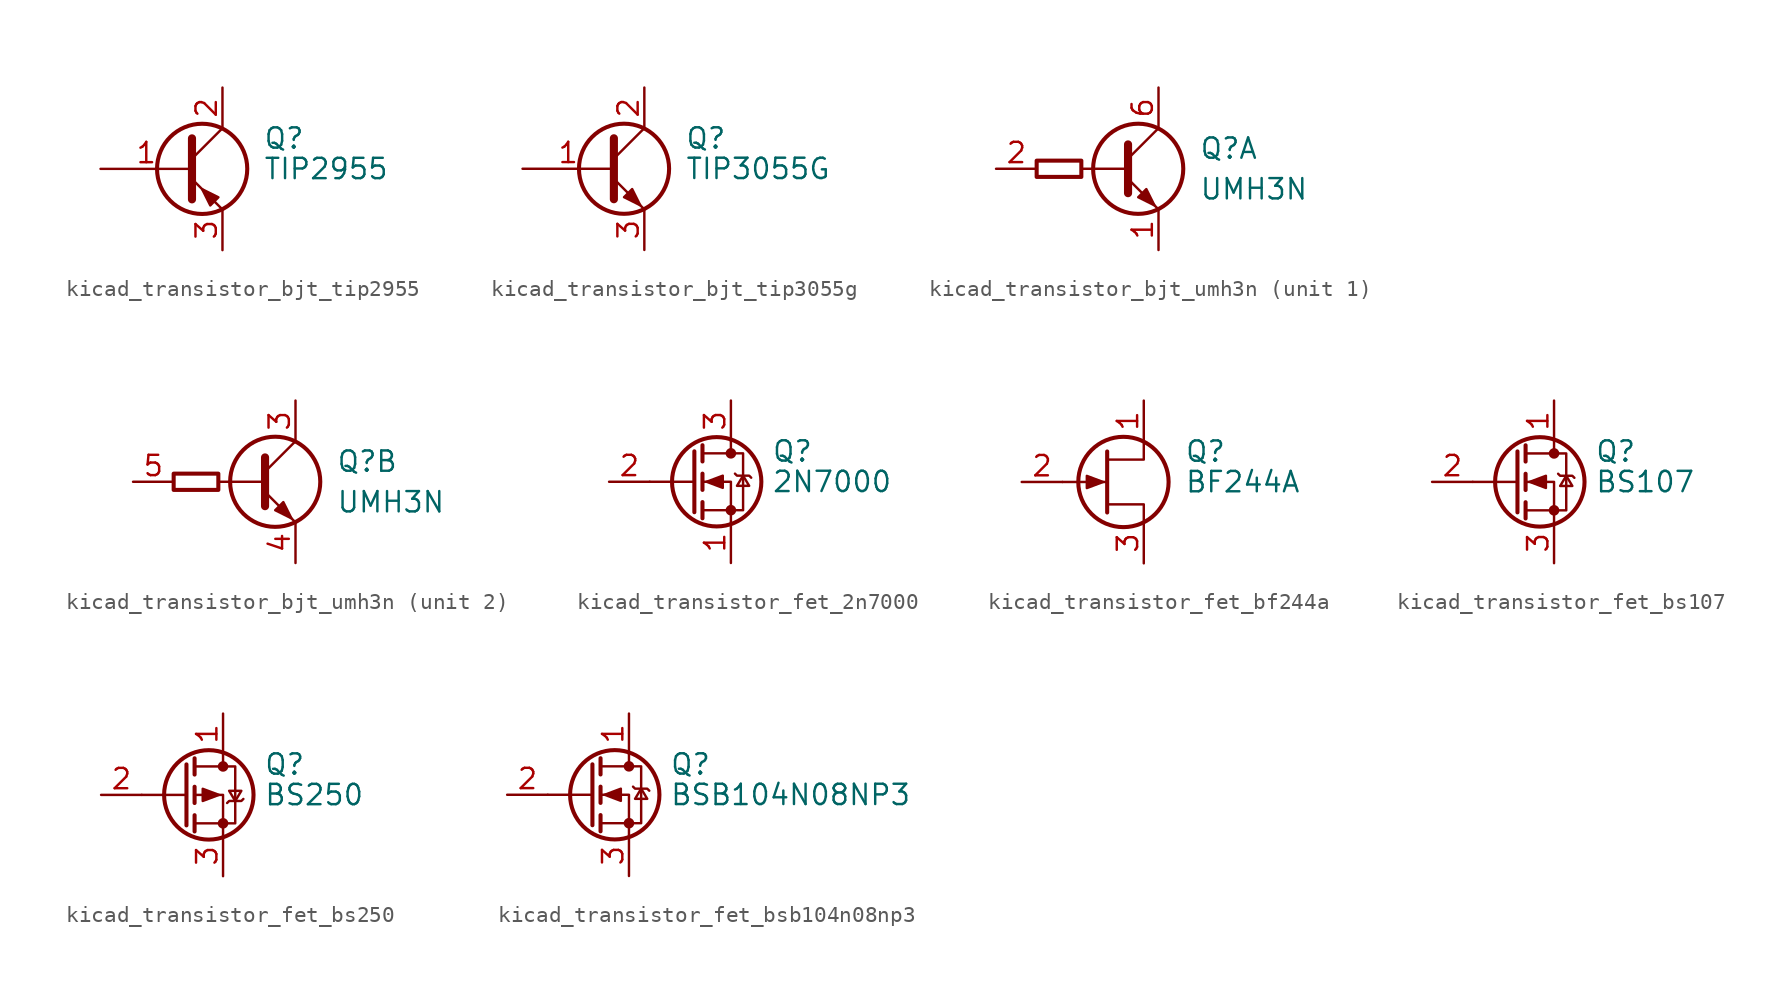
<source format=kicad_sym>
(kicad_symbol_lib
  (version 20220914)
  (generator kicad_symbol_editor)
  (symbol "kicad_transistor_bjt_tip2955"
    (pin_names
      (offset 0) hide)
    (property "Reference" "Q"
      (at 5.08 1.905 0)
      (effects (font (size 1.27 1.27)) (justify left)))
    (property "Value" "TIP2955"
      (at 5.08 0 0)
      (effects (font (size 1.27 1.27)) (justify left)))
    (symbol "kicad_transistor_bjt_tip2955_0_1"
      (polyline (pts (xy 0.635 0.635) (xy 2.54 2.54)) (stroke (width 0) (type default)) (fill (type none)))
      (polyline (pts (xy 0.635 -0.635) (xy 2.54 -2.54) (xy 2.54 -2.54)) (stroke (width 0) (type default)) (fill (type none)))
      (polyline (pts (xy 0.635 1.905) (xy 0.635 -1.905) (xy 0.635 -1.905)) (stroke (width 0.508) (type default)) (fill (type none)))
      (polyline (pts (xy 2.286 -1.778) (xy 1.778 -2.286) (xy 1.27 -1.27) (xy 2.286 -1.778) (xy 2.286 -1.778)) (stroke (width 0) (type default)) (fill (type outline)))
      (circle (center 1.27 0) (radius 2.819) (stroke (width 0.254) (type default)) (fill (type none))))
    (symbol "kicad_transistor_bjt_tip2955_1_1"
      (pin input line (at -5.08 0 0) (length 5.715) (name "B" (effects (font (size 1.27 1.27)))) (number "1" (effects (font (size 1.27 1.27)))))
      (pin passive line (at 2.54 5.08 270) (length 2.54) (name "C" (effects (font (size 1.27 1.27)))) (number "2" (effects (font (size 1.27 1.27)))))
      (pin passive line (at 2.54 -5.08 90) (length 2.54) (name "E" (effects (font (size 1.27 1.27)))) (number "3" (effects (font (size 1.27 1.27)))))))
  (symbol "kicad_transistor_bjt_tip3055g"
    (pin_names
      (offset 0) hide)
    (property "Reference" "Q"
      (at 5.08 1.905 0)
      (effects (font (size 1.27 1.27)) (justify left)))
    (property "Value" "TIP3055G"
      (at 5.08 0 0)
      (effects (font (size 1.27 1.27)) (justify left)))
    (symbol "kicad_transistor_bjt_tip3055g_0_1"
      (polyline (pts (xy 0.635 0.635) (xy 2.54 2.54)) (stroke (width 0) (type default)) (fill (type none)))
      (polyline (pts (xy 0.635 -0.635) (xy 2.54 -2.54) (xy 2.54 -2.54)) (stroke (width 0) (type default)) (fill (type none)))
      (polyline (pts (xy 0.635 1.905) (xy 0.635 -1.905) (xy 0.635 -1.905)) (stroke (width 0.508) (type default)) (fill (type none)))
      (polyline (pts (xy 1.27 -1.778) (xy 1.778 -1.27) (xy 2.286 -2.286) (xy 1.27 -1.778) (xy 1.27 -1.778)) (stroke (width 0) (type default)) (fill (type outline)))
      (circle (center 1.27 0) (radius 2.819) (stroke (width 0.254) (type default)) (fill (type none))))
    (symbol "kicad_transistor_bjt_tip3055g_1_1"
      (pin input line (at -5.08 0 0) (length 5.715) (name "B" (effects (font (size 1.27 1.27)))) (number "1" (effects (font (size 1.27 1.27)))))
      (pin passive line (at 2.54 5.08 270) (length 2.54) (name "C" (effects (font (size 1.27 1.27)))) (number "2" (effects (font (size 1.27 1.27)))))
      (pin passive line (at 2.54 -5.08 90) (length 2.54) (name "E" (effects (font (size 1.27 1.27)))) (number "3" (effects (font (size 1.27 1.27)))))))
  (symbol "kicad_transistor_bjt_umh3n"
    (pin_names hide)
    (property "Reference" "Q"
      (at 7.62 1.27 0)
      (effects (font (size 1.27 1.27)) (justify left)))
    (property "Value" "UMH3N"
      (at 7.62 -1.27 0)
      (effects (font (size 1.27 1.27)) (justify left)))
    (symbol "kicad_transistor_bjt_umh3n_0_1"
      (polyline (pts (xy 3.175 0) (xy 0.254 0)) (stroke (width 0) (type default)) (fill (type none)))
      (polyline (pts (xy 3.175 0.635) (xy 5.08 2.54)) (stroke (width 0) (type default)) (fill (type none)))
      (polyline (pts (xy 3.175 1.524) (xy 3.175 -1.524)) (stroke (width 0.508) (type default)) (fill (type none)))
      (polyline (pts (xy 3.175 -0.635) (xy 5.08 -2.54) (xy 5.08 -2.54)) (stroke (width 0) (type default)) (fill (type none)))
      (polyline (pts (xy 3.81 -1.778) (xy 4.318 -1.27) (xy 4.826 -2.286) (xy 3.81 -1.778) (xy 3.81 -1.778)) (stroke (width 0) (type default)) (fill (type outline)))
      (rectangle (start 0.254 0.508) (end -2.54 -0.508) (stroke (width 0.254) (type default)) (fill (type none)))
      (circle (center 3.81 0) (radius 2.819) (stroke (width 0.254) (type default)) (fill (type none))))
    (symbol "kicad_transistor_bjt_umh3n_1_1"
      (pin passive line (at 5.08 -5.08 90) (length 2.54) (name "E1" (effects (font (size 1.27 1.27)))) (number "1" (effects (font (size 1.27 1.27)))))
      (pin input line (at -5.08 0 0) (length 2.54) (name "B1" (effects (font (size 1.27 1.27)))) (number "2" (effects (font (size 1.27 1.27)))))
      (pin passive line (at 5.08 5.08 270) (length 2.54) (name "C1" (effects (font (size 1.27 1.27)))) (number "6" (effects (font (size 1.27 1.27))))))
    (symbol "kicad_transistor_bjt_umh3n_2_1"
      (pin passive line (at 5.08 5.08 270) (length 2.54) (name "C2" (effects (font (size 1.27 1.27)))) (number "3" (effects (font (size 1.27 1.27)))))
      (pin passive line (at 5.08 -5.08 90) (length 2.54) (name "E2" (effects (font (size 1.27 1.27)))) (number "4" (effects (font (size 1.27 1.27)))))
      (pin input line (at -5.08 0 0) (length 2.54) (name "B2" (effects (font (size 1.27 1.27)))) (number "5" (effects (font (size 1.27 1.27)))))))
  (symbol "kicad_transistor_fet_2n7000"
    (pin_names hide)
    (property "Reference" "Q"
      (at 5.08 1.905 0)
      (effects (font (size 1.27 1.27)) (justify left)))
    (property "Value" "2N7000"
      (at 5.08 0 0)
      (effects (font (size 1.27 1.27)) (justify left)))
    (symbol "kicad_transistor_fet_2n7000_0_1"
      (polyline (pts (xy 0.254 0) (xy -2.54 0)) (stroke (width 0) (type default)) (fill (type none)))
      (polyline (pts (xy 0.254 1.905) (xy 0.254 -1.905)) (stroke (width 0.254) (type default)) (fill (type none)))
      (polyline (pts (xy 0.762 -1.27) (xy 0.762 -2.286)) (stroke (width 0.254) (type default)) (fill (type none)))
      (polyline (pts (xy 0.762 0.508) (xy 0.762 -0.508)) (stroke (width 0.254) (type default)) (fill (type none)))
      (polyline (pts (xy 0.762 2.286) (xy 0.762 1.27)) (stroke (width 0.254) (type default)) (fill (type none)))
      (polyline (pts (xy 2.54 2.54) (xy 2.54 1.778)) (stroke (width 0) (type default)) (fill (type none)))
      (polyline (pts (xy 2.54 -2.54) (xy 2.54 0) (xy 0.762 0)) (stroke (width 0) (type default)) (fill (type none)))
      (polyline (pts (xy 0.762 -1.778) (xy 3.302 -1.778) (xy 3.302 1.778) (xy 0.762 1.778)) (stroke (width 0) (type default)) (fill (type none)))
      (polyline (pts (xy 1.016 0) (xy 2.032 0.381) (xy 2.032 -0.381) (xy 1.016 0)) (stroke (width 0) (type default)) (fill (type outline)))
      (polyline (pts (xy 2.794 0.508) (xy 2.921 0.381) (xy 3.683 0.381) (xy 3.81 0.254)) (stroke (width 0) (type default)) (fill (type none)))
      (polyline (pts (xy 3.302 0.381) (xy 2.921 -0.254) (xy 3.683 -0.254) (xy 3.302 0.381)) (stroke (width 0) (type default)) (fill (type none)))
      (circle (center 1.651 0) (radius 2.794) (stroke (width 0.254) (type default)) (fill (type none)))
      (circle (center 2.54 -1.778) (radius 0.254) (stroke (width 0) (type default)) (fill (type outline)))
      (circle (center 2.54 1.778) (radius 0.254) (stroke (width 0) (type default)) (fill (type outline))))
    (symbol "kicad_transistor_fet_2n7000_1_1"
      (pin passive line (at 2.54 -5.08 90) (length 2.54) (name "S" (effects (font (size 1.27 1.27)))) (number "1" (effects (font (size 1.27 1.27)))))
      (pin input line (at -5.08 0 0) (length 2.54) (name "G" (effects (font (size 1.27 1.27)))) (number "2" (effects (font (size 1.27 1.27)))))
      (pin passive line (at 2.54 5.08 270) (length 2.54) (name "D" (effects (font (size 1.27 1.27)))) (number "3" (effects (font (size 1.27 1.27)))))))
  (symbol "kicad_transistor_fet_bf244a"
    (pin_names hide)
    (property "Reference" "Q"
      (at 5.08 1.905 0)
      (effects (font (size 1.27 1.27)) (justify left)))
    (property "Value" "BF244A"
      (at 5.08 0 0)
      (effects (font (size 1.27 1.27)) (justify left)))
    (symbol "kicad_transistor_fet_bf244a_0_1"
      (polyline (pts (xy 0.254 0) (xy -2.54 0)) (stroke (width 0) (type default)) (fill (type none)))
      (polyline (pts (xy 0.254 1.905) (xy 0.254 -1.905)) (stroke (width 0.254) (type default)) (fill (type none)))
      (polyline (pts (xy 2.54 -2.54) (xy 2.54 -1.397) (xy 0.254 -1.397)) (stroke (width 0) (type default)) (fill (type none)))
      (polyline (pts (xy 2.54 2.54) (xy 2.54 1.397) (xy 0.254 1.397)) (stroke (width 0) (type default)) (fill (type none)))
      (polyline (pts (xy 0 0) (xy -1.016 0.381) (xy -1.016 -0.381) (xy 0 0)) (stroke (width 0) (type default)) (fill (type outline)))
      (circle (center 1.27 0) (radius 2.819) (stroke (width 0.254) (type default)) (fill (type none))))
    (symbol "kicad_transistor_fet_bf244a_1_1"
      (pin passive line (at 2.54 5.08 270) (length 2.54) (name "D" (effects (font (size 1.27 1.27)))) (number "1" (effects (font (size 1.27 1.27)))))
      (pin input line (at -5.08 0 0) (length 2.54) (name "G" (effects (font (size 1.27 1.27)))) (number "2" (effects (font (size 1.27 1.27)))))
      (pin passive line (at 2.54 -5.08 90) (length 2.54) (name "S" (effects (font (size 1.27 1.27)))) (number "3" (effects (font (size 1.27 1.27)))))))
  (symbol "kicad_transistor_fet_bs107"
    (pin_names hide)
    (property "Reference" "Q"
      (at 5.08 1.905 0)
      (effects (font (size 1.27 1.27)) (justify left)))
    (property "Value" "BS107"
      (at 5.08 0 0)
      (effects (font (size 1.27 1.27)) (justify left)))
    (symbol "kicad_transistor_fet_bs107_0_1"
      (polyline (pts (xy 0.254 0) (xy -2.54 0)) (stroke (width 0) (type default)) (fill (type none)))
      (polyline (pts (xy 0.254 1.905) (xy 0.254 -1.905)) (stroke (width 0.254) (type default)) (fill (type none)))
      (polyline (pts (xy 0.762 -1.27) (xy 0.762 -2.286)) (stroke (width 0.254) (type default)) (fill (type none)))
      (polyline (pts (xy 0.762 0.508) (xy 0.762 -0.508)) (stroke (width 0.254) (type default)) (fill (type none)))
      (polyline (pts (xy 0.762 2.286) (xy 0.762 1.27)) (stroke (width 0.254) (type default)) (fill (type none)))
      (polyline (pts (xy 2.54 2.54) (xy 2.54 1.778)) (stroke (width 0) (type default)) (fill (type none)))
      (polyline (pts (xy 2.54 -2.54) (xy 2.54 0) (xy 0.762 0)) (stroke (width 0) (type default)) (fill (type none)))
      (polyline (pts (xy 0.762 -1.778) (xy 3.302 -1.778) (xy 3.302 1.778) (xy 0.762 1.778)) (stroke (width 0) (type default)) (fill (type none)))
      (polyline (pts (xy 1.016 0) (xy 2.032 0.381) (xy 2.032 -0.381) (xy 1.016 0)) (stroke (width 0) (type default)) (fill (type outline)))
      (polyline (pts (xy 2.794 0.508) (xy 2.921 0.381) (xy 3.683 0.381) (xy 3.81 0.254)) (stroke (width 0) (type default)) (fill (type none)))
      (polyline (pts (xy 3.302 0.381) (xy 2.921 -0.254) (xy 3.683 -0.254) (xy 3.302 0.381)) (stroke (width 0) (type default)) (fill (type none)))
      (circle (center 1.651 0) (radius 2.794) (stroke (width 0.254) (type default)) (fill (type none)))
      (circle (center 2.54 -1.778) (radius 0.254) (stroke (width 0) (type default)) (fill (type outline)))
      (circle (center 2.54 1.778) (radius 0.254) (stroke (width 0) (type default)) (fill (type outline))))
    (symbol "kicad_transistor_fet_bs107_1_1"
      (pin passive line (at 2.54 5.08 270) (length 2.54) (name "D" (effects (font (size 1.27 1.27)))) (number "1" (effects (font (size 1.27 1.27)))))
      (pin input line (at -5.08 0 0) (length 2.54) (name "G" (effects (font (size 1.27 1.27)))) (number "2" (effects (font (size 1.27 1.27)))))
      (pin passive line (at 2.54 -5.08 90) (length 2.54) (name "S" (effects (font (size 1.27 1.27)))) (number "3" (effects (font (size 1.27 1.27)))))))
  (symbol "kicad_transistor_fet_bs250"
    (pin_names hide)
    (property "Reference" "Q"
      (at 5.08 1.905 0)
      (effects (font (size 1.27 1.27)) (justify left)))
    (property "Value" "BS250"
      (at 5.08 0 0)
      (effects (font (size 1.27 1.27)) (justify left)))
    (symbol "kicad_transistor_fet_bs250_0_1"
      (polyline (pts (xy 0.254 0) (xy -2.54 0)) (stroke (width 0) (type default)) (fill (type none)))
      (polyline (pts (xy 0.254 1.905) (xy 0.254 -1.905)) (stroke (width 0.254) (type default)) (fill (type none)))
      (polyline (pts (xy 0.762 -1.27) (xy 0.762 -2.286)) (stroke (width 0.254) (type default)) (fill (type none)))
      (polyline (pts (xy 0.762 0.508) (xy 0.762 -0.508)) (stroke (width 0.254) (type default)) (fill (type none)))
      (polyline (pts (xy 0.762 2.286) (xy 0.762 1.27)) (stroke (width 0.254) (type default)) (fill (type none)))
      (polyline (pts (xy 2.54 2.54) (xy 2.54 1.778)) (stroke (width 0) (type default)) (fill (type none)))
      (polyline (pts (xy 2.54 -2.54) (xy 2.54 0) (xy 0.762 0)) (stroke (width 0) (type default)) (fill (type none)))
      (polyline (pts (xy 0.762 1.778) (xy 3.302 1.778) (xy 3.302 -1.778) (xy 0.762 -1.778)) (stroke (width 0) (type default)) (fill (type none)))
      (polyline (pts (xy 2.286 0) (xy 1.27 0.381) (xy 1.27 -0.381) (xy 2.286 0)) (stroke (width 0) (type default)) (fill (type outline)))
      (polyline (pts (xy 2.794 -0.508) (xy 2.921 -0.381) (xy 3.683 -0.381) (xy 3.81 -0.254)) (stroke (width 0) (type default)) (fill (type none)))
      (polyline (pts (xy 3.302 -0.381) (xy 2.921 0.254) (xy 3.683 0.254) (xy 3.302 -0.381)) (stroke (width 0) (type default)) (fill (type none)))
      (circle (center 1.651 0) (radius 2.794) (stroke (width 0.254) (type default)) (fill (type none)))
      (circle (center 2.54 -1.778) (radius 0.254) (stroke (width 0) (type default)) (fill (type outline)))
      (circle (center 2.54 1.778) (radius 0.254) (stroke (width 0) (type default)) (fill (type outline))))
    (symbol "kicad_transistor_fet_bs250_1_1"
      (pin passive line (at 2.54 5.08 270) (length 2.54) (name "D" (effects (font (size 1.27 1.27)))) (number "1" (effects (font (size 1.27 1.27)))))
      (pin input line (at -5.08 0 0) (length 2.54) (name "G" (effects (font (size 1.27 1.27)))) (number "2" (effects (font (size 1.27 1.27)))))
      (pin passive line (at 2.54 -5.08 90) (length 2.54) (name "S" (effects (font (size 1.27 1.27)))) (number "3" (effects (font (size 1.27 1.27)))))))
  (symbol "kicad_transistor_fet_bsb104n08np3"
    (pin_names hide)
    (property "Reference" "Q"
      (at 5.08 1.905 0)
      (effects (font (size 1.27 1.27)) (justify left)))
    (property "Value" "BSB104N08NP3"
      (at 5.08 0 0)
      (effects (font (size 1.27 1.27)) (justify left)))
    (symbol "kicad_transistor_fet_bsb104n08np3_0_1"
      (polyline (pts (xy 0.254 0) (xy -2.54 0)) (stroke (width 0) (type default)) (fill (type none)))
      (polyline (pts (xy 0.254 1.905) (xy 0.254 -1.905)) (stroke (width 0.254) (type default)) (fill (type none)))
      (polyline (pts (xy 0.762 -1.27) (xy 0.762 -2.286)) (stroke (width 0.254) (type default)) (fill (type none)))
      (polyline (pts (xy 0.762 0.508) (xy 0.762 -0.508)) (stroke (width 0.254) (type default)) (fill (type none)))
      (polyline (pts (xy 0.762 2.286) (xy 0.762 1.27)) (stroke (width 0.254) (type default)) (fill (type none)))
      (polyline (pts (xy 2.54 2.54) (xy 2.54 1.778)) (stroke (width 0) (type default)) (fill (type none)))
      (polyline (pts (xy 2.54 -2.54) (xy 2.54 0) (xy 0.762 0)) (stroke (width 0) (type default)) (fill (type none)))
      (polyline (pts (xy 0.762 -1.778) (xy 3.302 -1.778) (xy 3.302 1.778) (xy 0.762 1.778)) (stroke (width 0) (type default)) (fill (type none)))
      (polyline (pts (xy 1.016 0) (xy 2.032 0.381) (xy 2.032 -0.381) (xy 1.016 0)) (stroke (width 0) (type default)) (fill (type outline)))
      (polyline (pts (xy 2.794 0.508) (xy 2.921 0.381) (xy 3.683 0.381) (xy 3.81 0.254)) (stroke (width 0) (type default)) (fill (type none)))
      (polyline (pts (xy 3.302 0.381) (xy 2.921 -0.254) (xy 3.683 -0.254) (xy 3.302 0.381)) (stroke (width 0) (type default)) (fill (type none)))
      (circle (center 1.651 0) (radius 2.794) (stroke (width 0.254) (type default)) (fill (type none)))
      (circle (center 2.54 -1.778) (radius 0.254) (stroke (width 0) (type default)) (fill (type outline)))
      (circle (center 2.54 1.778) (radius 0.254) (stroke (width 0) (type default)) (fill (type outline))))
    (symbol "kicad_transistor_fet_bsb104n08np3_1_1"
      (pin passive line (at 2.54 5.08 270) (length 2.54) (name "D" (effects (font (size 1.27 1.27)))) (number "1" (effects (font (size 1.27 1.27)))))
      (pin input line (at -5.08 0 0) (length 2.54) (name "G" (effects (font (size 1.27 1.27)))) (number "2" (effects (font (size 1.27 1.27)))))
      (pin passive line (at 2.54 -5.08 90) (length 2.54) (name "S" (effects (font (size 1.27 1.27)))) (number "3" (effects (font (size 1.27 1.27))))))))
</source>
